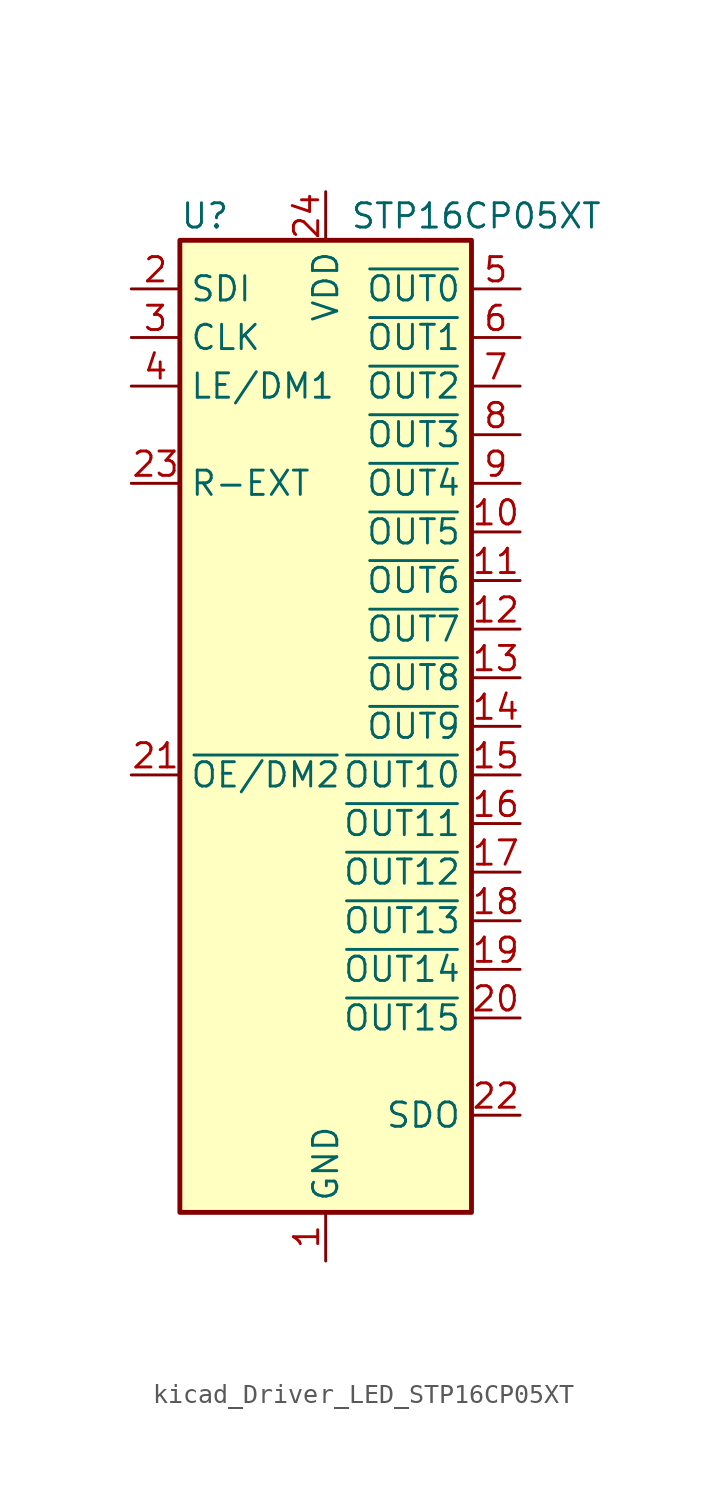
<source format=kicad_sym>
(kicad_symbol_lib
  (version 20220914)
  (generator kicad_symbol_editor)
  (symbol "kicad_Driver_LED_STP16CP05XT"
    (property "Reference" "U"
      (at -7.62 26.67 0)
      (effects (font (size 1.27 1.27)) (justify left)))
    (property "Value" "STP16CP05XT"
      (at 1.27 26.67 0)
      (effects (font (size 1.27 1.27)) (justify left)))
    (symbol "kicad_Driver_LED_STP16CP05XT_0_1"
      (rectangle (start -7.62 25.4) (end 7.62 -25.4) (stroke (width 0.254) (type default)) (fill (type background))))
    (symbol "kicad_Driver_LED_STP16CP05XT_1_1"
      (pin power_in line (at 0 -27.94 90) (length 2.54) (name "GND" (effects (font (size 1.27 1.27)))) (number "1" (effects (font (size 1.27 1.27)))))
      (pin output line (at 10.16 10.16 180) (length 2.54) (name "~{OUT5}" (effects (font (size 1.27 1.27)))) (number "10" (effects (font (size 1.27 1.27)))))
      (pin output line (at 10.16 7.62 180) (length 2.54) (name "~{OUT6}" (effects (font (size 1.27 1.27)))) (number "11" (effects (font (size 1.27 1.27)))))
      (pin output line (at 10.16 5.08 180) (length 2.54) (name "~{OUT7}" (effects (font (size 1.27 1.27)))) (number "12" (effects (font (size 1.27 1.27)))))
      (pin output line (at 10.16 2.54 180) (length 2.54) (name "~{OUT8}" (effects (font (size 1.27 1.27)))) (number "13" (effects (font (size 1.27 1.27)))))
      (pin output line (at 10.16 0 180) (length 2.54) (name "~{OUT9}" (effects (font (size 1.27 1.27)))) (number "14" (effects (font (size 1.27 1.27)))))
      (pin output line (at 10.16 -2.54 180) (length 2.54) (name "~{OUT10}" (effects (font (size 1.27 1.27)))) (number "15" (effects (font (size 1.27 1.27)))))
      (pin output line (at 10.16 -5.08 180) (length 2.54) (name "~{OUT11}" (effects (font (size 1.27 1.27)))) (number "16" (effects (font (size 1.27 1.27)))))
      (pin output line (at 10.16 -7.62 180) (length 2.54) (name "~{OUT12}" (effects (font (size 1.27 1.27)))) (number "17" (effects (font (size 1.27 1.27)))))
      (pin output line (at 10.16 -10.16 180) (length 2.54) (name "~{OUT13}" (effects (font (size 1.27 1.27)))) (number "18" (effects (font (size 1.27 1.27)))))
      (pin output line (at 10.16 -12.7 180) (length 2.54) (name "~{OUT14}" (effects (font (size 1.27 1.27)))) (number "19" (effects (font (size 1.27 1.27)))))
      (pin input line (at -10.16 22.86 0) (length 2.54) (name "SDI" (effects (font (size 1.27 1.27)))) (number "2" (effects (font (size 1.27 1.27)))))
      (pin output line (at 10.16 -15.24 180) (length 2.54) (name "~{OUT15}" (effects (font (size 1.27 1.27)))) (number "20" (effects (font (size 1.27 1.27)))))
      (pin input line (at -10.16 -2.54 0) (length 2.54) (name "~{OE/DM2}" (effects (font (size 1.27 1.27)))) (number "21" (effects (font (size 1.27 1.27)))))
      (pin output line (at 10.16 -20.32 180) (length 2.54) (name "SDO" (effects (font (size 1.27 1.27)))) (number "22" (effects (font (size 1.27 1.27)))))
      (pin passive line (at -10.16 12.7 0) (length 2.54) (name "R-EXT" (effects (font (size 1.27 1.27)))) (number "23" (effects (font (size 1.27 1.27)))))
      (pin power_in line (at 0 27.94 270) (length 2.54) (name "VDD" (effects (font (size 1.27 1.27)))) (number "24" (effects (font (size 1.27 1.27)))))
      (pin passive line (at 0 -27.94 90) (length 2.54) hide (name "GND" (effects (font (size 1.27 1.27)))) (number "25" (effects (font (size 1.27 1.27)))))
      (pin input line (at -10.16 20.32 0) (length 2.54) (name "CLK" (effects (font (size 1.27 1.27)))) (number "3" (effects (font (size 1.27 1.27)))))
      (pin input line (at -10.16 17.78 0) (length 2.54) (name "LE/DM1" (effects (font (size 1.27 1.27)))) (number "4" (effects (font (size 1.27 1.27)))))
      (pin output line (at 10.16 22.86 180) (length 2.54) (name "~{OUT0}" (effects (font (size 1.27 1.27)))) (number "5" (effects (font (size 1.27 1.27)))))
      (pin output line (at 10.16 20.32 180) (length 2.54) (name "~{OUT1}" (effects (font (size 1.27 1.27)))) (number "6" (effects (font (size 1.27 1.27)))))
      (pin output line (at 10.16 17.78 180) (length 2.54) (name "~{OUT2}" (effects (font (size 1.27 1.27)))) (number "7" (effects (font (size 1.27 1.27)))))
      (pin output line (at 10.16 15.24 180) (length 2.54) (name "~{OUT3}" (effects (font (size 1.27 1.27)))) (number "8" (effects (font (size 1.27 1.27)))))
      (pin output line (at 10.16 12.7 180) (length 2.54) (name "~{OUT4}" (effects (font (size 1.27 1.27)))) (number "9" (effects (font (size 1.27 1.27))))))))
</source>
